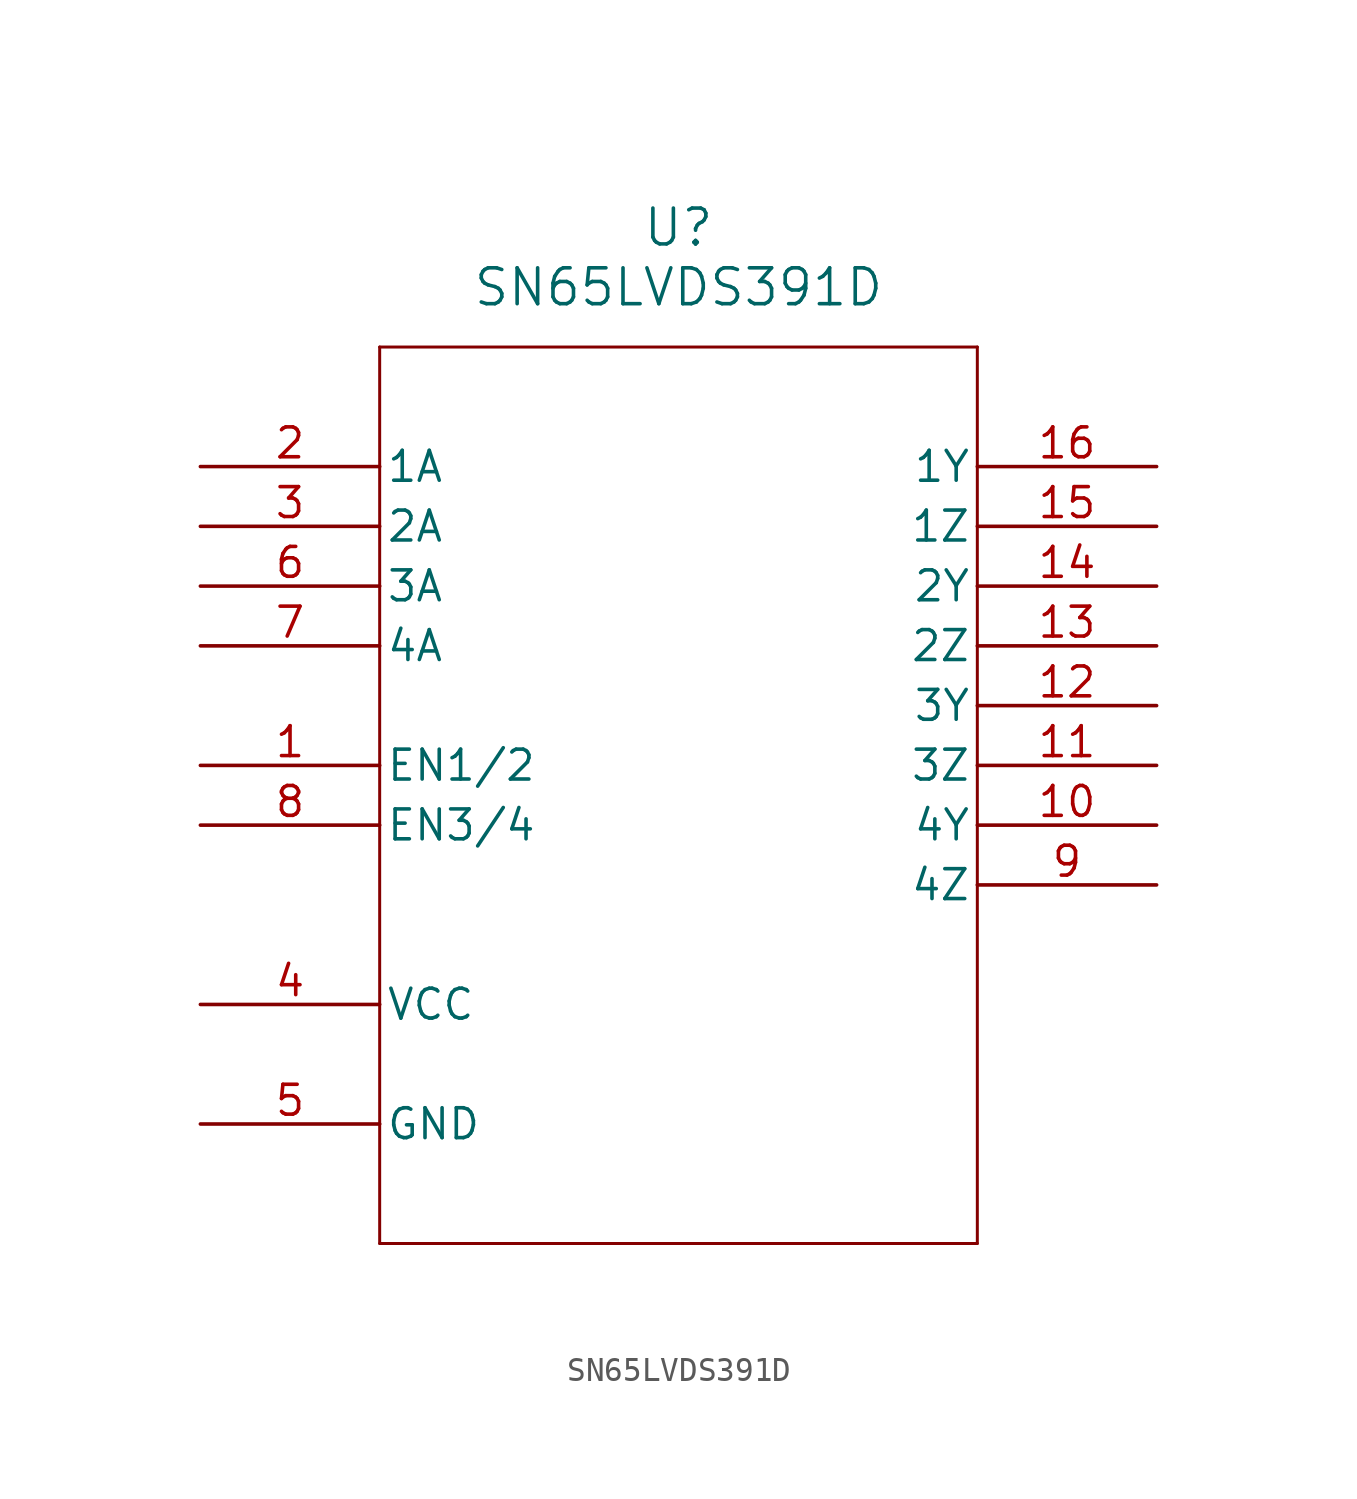
<source format=kicad_sym>
(kicad_symbol_lib
  (version 20211014)
  (generator kicad_symbol_editor)
  (symbol "SN65LVDS391D"
    (pin_names
      (offset 0.254))
    (property "Reference" "U"
      (at 20.32 10.16 0)
      (effects (font (size 1.524 1.524))))
    (property "Value" "SN65LVDS391D"
      (at 20.32 7.62 0)
      (effects (font (size 1.524 1.524))))
    (symbol "SN65LVDS391D_0_1"
      (polyline (pts (xy 7.62 5.08) (xy 7.62 -33.02)) (stroke (width 0.127) (type default) (color 0 0 0 0)) (fill (type none)))
      (polyline (pts (xy 7.62 -33.02) (xy 33.02 -33.02)) (stroke (width 0.127) (type default) (color 0 0 0 0)) (fill (type none)))
      (polyline (pts (xy 33.02 -33.02) (xy 33.02 5.08)) (stroke (width 0.127) (type default) (color 0 0 0 0)) (fill (type none)))
      (polyline (pts (xy 33.02 5.08) (xy 7.62 5.08)) (stroke (width 0.127) (type default) (color 0 0 0 0)) (fill (type none)))
      (pin unspecified line (at 0 -12.7 0) (length 7.62) (name "EN1/2" (effects (font (size 1.27 1.27)))) (number "1" (effects (font (size 1.27 1.27)))))
      (pin input line (at 0 0 0) (length 7.62) (name "1A" (effects (font (size 1.27 1.27)))) (number "2" (effects (font (size 1.27 1.27)))))
      (pin input line (at 0 -2.54 0) (length 7.62) (name "2A" (effects (font (size 1.27 1.27)))) (number "3" (effects (font (size 1.27 1.27)))))
      (pin power_in line (at 0 -22.86 0) (length 7.62) (name "VCC" (effects (font (size 1.27 1.27)))) (number "4" (effects (font (size 1.27 1.27)))))
      (pin power_in line (at 0 -27.94 0) (length 7.62) (name "GND" (effects (font (size 1.27 1.27)))) (number "5" (effects (font (size 1.27 1.27)))))
      (pin input line (at 0 -5.08 0) (length 7.62) (name "3A" (effects (font (size 1.27 1.27)))) (number "6" (effects (font (size 1.27 1.27)))))
      (pin input line (at 0 -7.62 0) (length 7.62) (name "4A" (effects (font (size 1.27 1.27)))) (number "7" (effects (font (size 1.27 1.27)))))
      (pin unspecified line (at 0 -15.24 0) (length 7.62) (name "EN3/4" (effects (font (size 1.27 1.27)))) (number "8" (effects (font (size 1.27 1.27)))))
      (pin output line (at 40.64 -17.78 180) (length 7.62) (name "4Z" (effects (font (size 1.27 1.27)))) (number "9" (effects (font (size 1.27 1.27)))))
      (pin output line (at 40.64 -15.24 180) (length 7.62) (name "4Y" (effects (font (size 1.27 1.27)))) (number "10" (effects (font (size 1.27 1.27)))))
      (pin output line (at 40.64 -12.7 180) (length 7.62) (name "3Z" (effects (font (size 1.27 1.27)))) (number "11" (effects (font (size 1.27 1.27)))))
      (pin output line (at 40.64 -10.16 180) (length 7.62) (name "3Y" (effects (font (size 1.27 1.27)))) (number "12" (effects (font (size 1.27 1.27)))))
      (pin output line (at 40.64 -7.62 180) (length 7.62) (name "2Z" (effects (font (size 1.27 1.27)))) (number "13" (effects (font (size 1.27 1.27)))))
      (pin output line (at 40.64 -5.08 180) (length 7.62) (name "2Y" (effects (font (size 1.27 1.27)))) (number "14" (effects (font (size 1.27 1.27)))))
      (pin output line (at 40.64 -2.54 180) (length 7.62) (name "1Z" (effects (font (size 1.27 1.27)))) (number "15" (effects (font (size 1.27 1.27)))))
      (pin output line (at 40.64 0 180) (length 7.62) (name "1Y" (effects (font (size 1.27 1.27)))) (number "16" (effects (font (size 1.27 1.27))))))))
</source>
